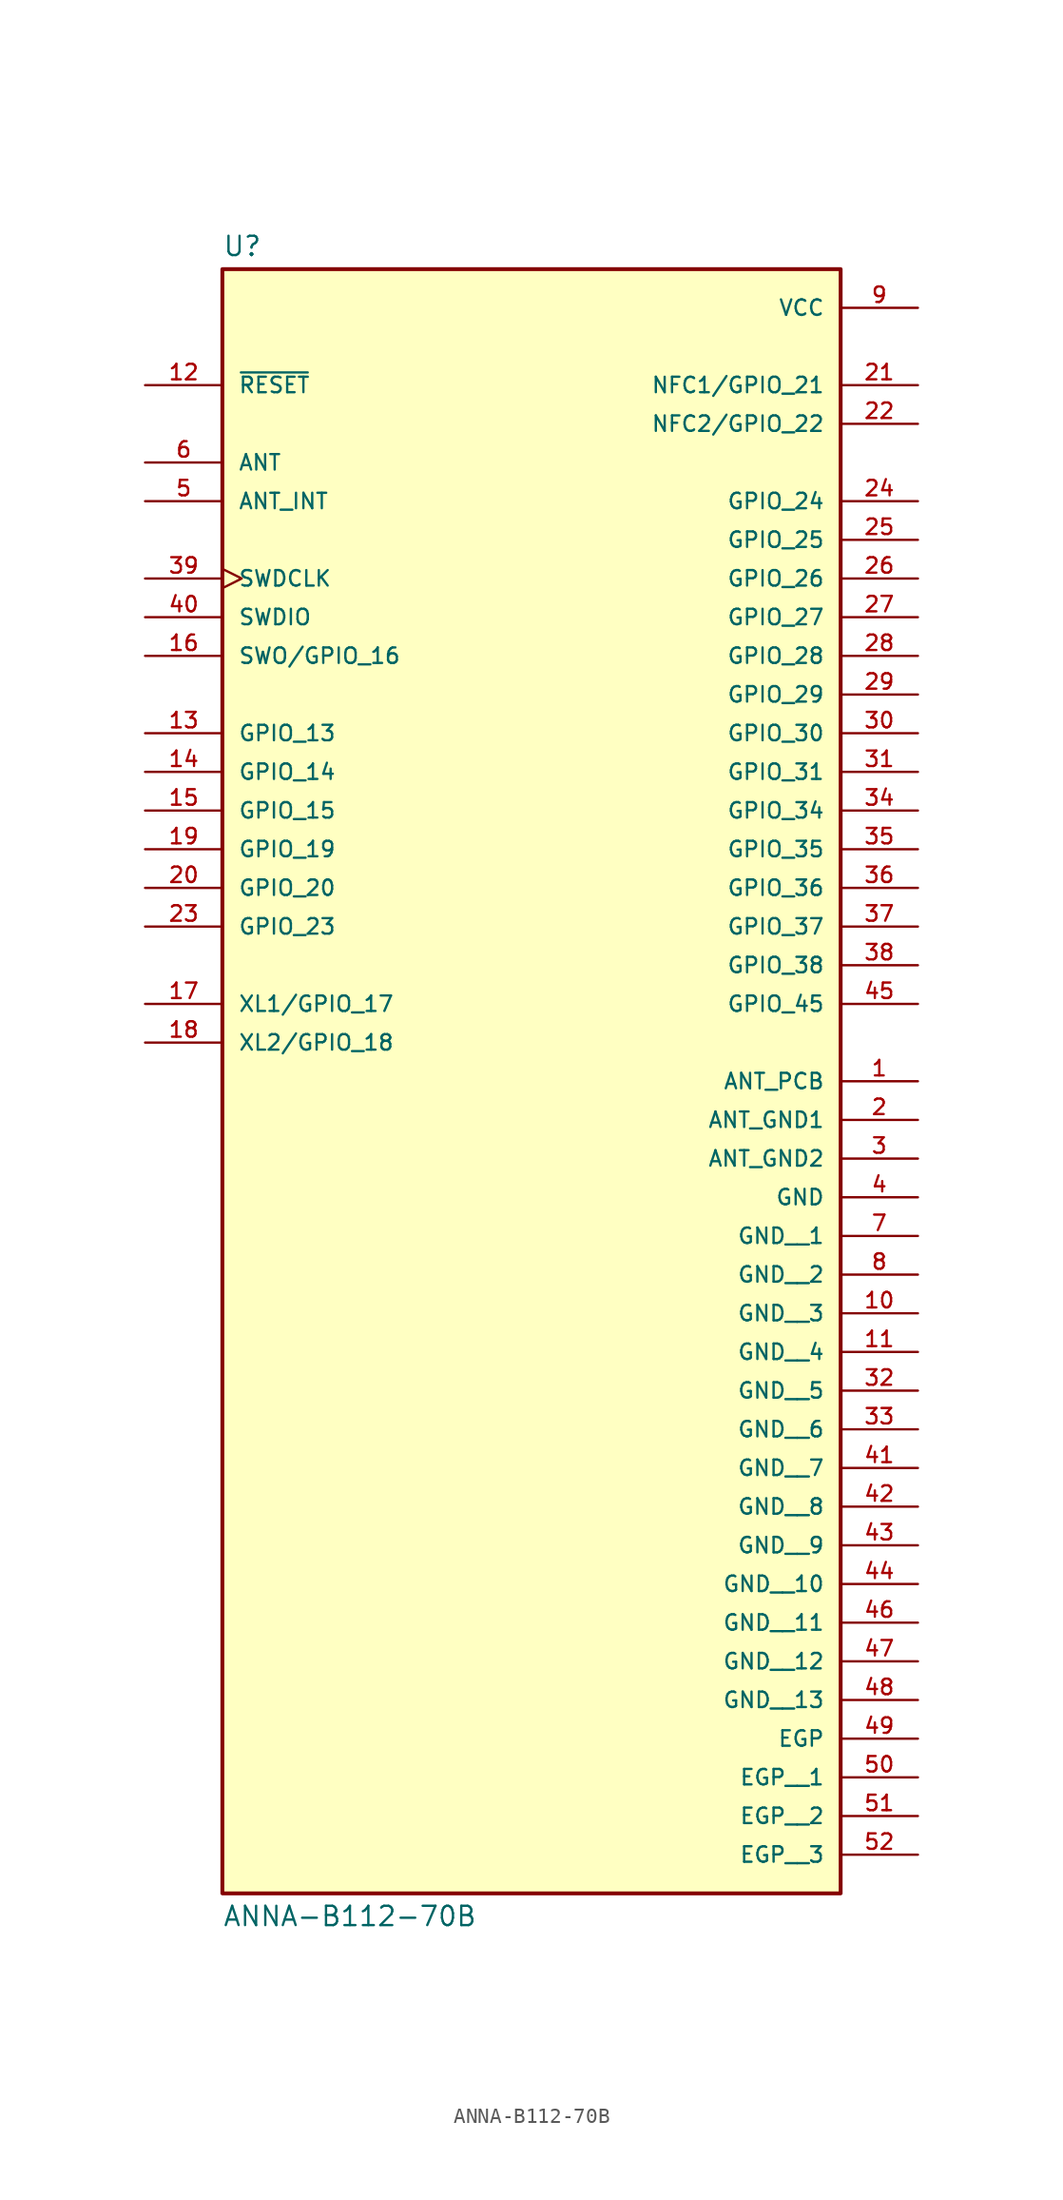
<source format=kicad_sym>
(kicad_symbol_lib
  (version 20211014)
  (generator kicad_symbol_editor)
  (symbol "ANNA-B112-70B"
    (pin_names
      (offset 1.016))
    (property "Reference" "U"
      (at -20.32 33.782 0)
      (effects (font (size 1.27 1.27)) (justify bottom left)))
    (property "Value" "ANNA-B112-70B"
      (at -20.32 -74.422 0)
      (effects (font (size 1.27 1.27)) (justify top left)))
    (symbol "ANNA-B112-70B_0_0"
      (rectangle (start -20.32 -73.66) (end 20.32 33.02) (stroke (width 0.254)) (fill (type background)))
      (pin passive line (at 25.4 -20.32 180.0) (length 5.08) (name "ANT_PCB" (effects (font (size 1.016 1.016)))) (number "1" (effects (font (size 1.016 1.016)))))
      (pin power_in line (at 25.4 -27.94 180.0) (length 5.08) (name "GND" (effects (font (size 1.016 1.016)))) (number "4" (effects (font (size 1.016 1.016)))))
      (pin power_in line (at 25.4 -25.4 180.0) (length 5.08) (name "ANT_GND2" (effects (font (size 1.016 1.016)))) (number "3" (effects (font (size 1.016 1.016)))))
      (pin power_in line (at 25.4 -22.86 180.0) (length 5.08) (name "ANT_GND1" (effects (font (size 1.016 1.016)))) (number "2" (effects (font (size 1.016 1.016)))))
      (pin bidirectional line (at -25.4 17.78 0) (length 5.08) (name "ANT_INT" (effects (font (size 1.016 1.016)))) (number "5" (effects (font (size 1.016 1.016)))))
      (pin bidirectional line (at -25.4 20.32 0) (length 5.08) (name "ANT" (effects (font (size 1.016 1.016)))) (number "6" (effects (font (size 1.016 1.016)))))
      (pin power_in line (at 25.4 30.48 180.0) (length 5.08) (name "VCC" (effects (font (size 1.016 1.016)))) (number "9" (effects (font (size 1.016 1.016)))))
      (pin input line (at -25.4 25.4 0) (length 5.08) (name "~{RESET}" (effects (font (size 1.016 1.016)))) (number "12" (effects (font (size 1.016 1.016)))))
      (pin bidirectional line (at -25.4 2.54 0) (length 5.08) (name "GPIO_13" (effects (font (size 1.016 1.016)))) (number "13" (effects (font (size 1.016 1.016)))))
      (pin bidirectional line (at -25.4 0.0 0) (length 5.08) (name "GPIO_14" (effects (font (size 1.016 1.016)))) (number "14" (effects (font (size 1.016 1.016)))))
      (pin bidirectional line (at -25.4 -2.54 0) (length 5.08) (name "GPIO_15" (effects (font (size 1.016 1.016)))) (number "15" (effects (font (size 1.016 1.016)))))
      (pin bidirectional line (at -25.4 7.62 0) (length 5.08) (name "SWO/GPIO_16" (effects (font (size 1.016 1.016)))) (number "16" (effects (font (size 1.016 1.016)))))
      (pin bidirectional line (at -25.4 -15.24 0) (length 5.08) (name "XL1/GPIO_17" (effects (font (size 1.016 1.016)))) (number "17" (effects (font (size 1.016 1.016)))))
      (pin bidirectional line (at -25.4 -17.78 0) (length 5.08) (name "XL2/GPIO_18" (effects (font (size 1.016 1.016)))) (number "18" (effects (font (size 1.016 1.016)))))
      (pin bidirectional line (at -25.4 -5.08 0) (length 5.08) (name "GPIO_19" (effects (font (size 1.016 1.016)))) (number "19" (effects (font (size 1.016 1.016)))))
      (pin bidirectional line (at -25.4 -7.62 0) (length 5.08) (name "GPIO_20" (effects (font (size 1.016 1.016)))) (number "20" (effects (font (size 1.016 1.016)))))
      (pin bidirectional line (at 25.4 25.4 180.0) (length 5.08) (name "NFC1/GPIO_21" (effects (font (size 1.016 1.016)))) (number "21" (effects (font (size 1.016 1.016)))))
      (pin bidirectional line (at 25.4 22.86 180.0) (length 5.08) (name "NFC2/GPIO_22" (effects (font (size 1.016 1.016)))) (number "22" (effects (font (size 1.016 1.016)))))
      (pin bidirectional line (at -25.4 -10.16 0) (length 5.08) (name "GPIO_23" (effects (font (size 1.016 1.016)))) (number "23" (effects (font (size 1.016 1.016)))))
      (pin bidirectional line (at 25.4 17.78 180.0) (length 5.08) (name "GPIO_24" (effects (font (size 1.016 1.016)))) (number "24" (effects (font (size 1.016 1.016)))))
      (pin bidirectional line (at 25.4 15.24 180.0) (length 5.08) (name "GPIO_25" (effects (font (size 1.016 1.016)))) (number "25" (effects (font (size 1.016 1.016)))))
      (pin bidirectional line (at 25.4 12.7 180.0) (length 5.08) (name "GPIO_26" (effects (font (size 1.016 1.016)))) (number "26" (effects (font (size 1.016 1.016)))))
      (pin bidirectional line (at 25.4 10.16 180.0) (length 5.08) (name "GPIO_27" (effects (font (size 1.016 1.016)))) (number "27" (effects (font (size 1.016 1.016)))))
      (pin bidirectional line (at 25.4 7.62 180.0) (length 5.08) (name "GPIO_28" (effects (font (size 1.016 1.016)))) (number "28" (effects (font (size 1.016 1.016)))))
      (pin bidirectional line (at 25.4 5.08 180.0) (length 5.08) (name "GPIO_29" (effects (font (size 1.016 1.016)))) (number "29" (effects (font (size 1.016 1.016)))))
      (pin bidirectional line (at 25.4 2.54 180.0) (length 5.08) (name "GPIO_30" (effects (font (size 1.016 1.016)))) (number "30" (effects (font (size 1.016 1.016)))))
      (pin bidirectional line (at 25.4 0.0 180.0) (length 5.08) (name "GPIO_31" (effects (font (size 1.016 1.016)))) (number "31" (effects (font (size 1.016 1.016)))))
      (pin bidirectional line (at 25.4 -2.54 180.0) (length 5.08) (name "GPIO_34" (effects (font (size 1.016 1.016)))) (number "34" (effects (font (size 1.016 1.016)))))
      (pin bidirectional line (at 25.4 -5.08 180.0) (length 5.08) (name "GPIO_35" (effects (font (size 1.016 1.016)))) (number "35" (effects (font (size 1.016 1.016)))))
      (pin bidirectional line (at 25.4 -7.62 180.0) (length 5.08) (name "GPIO_36" (effects (font (size 1.016 1.016)))) (number "36" (effects (font (size 1.016 1.016)))))
      (pin bidirectional line (at 25.4 -10.16 180.0) (length 5.08) (name "GPIO_37" (effects (font (size 1.016 1.016)))) (number "37" (effects (font (size 1.016 1.016)))))
      (pin bidirectional line (at 25.4 -12.7 180.0) (length 5.08) (name "GPIO_38" (effects (font (size 1.016 1.016)))) (number "38" (effects (font (size 1.016 1.016)))))
      (pin input clock (at -25.4 12.7 0) (length 5.08) (name "SWDCLK" (effects (font (size 1.016 1.016)))) (number "39" (effects (font (size 1.016 1.016)))))
      (pin bidirectional line (at -25.4 10.16 0) (length 5.08) (name "SWDIO" (effects (font (size 1.016 1.016)))) (number "40" (effects (font (size 1.016 1.016)))))
      (pin bidirectional line (at 25.4 -15.24 180.0) (length 5.08) (name "GPIO_45" (effects (font (size 1.016 1.016)))) (number "45" (effects (font (size 1.016 1.016)))))
      (pin power_in line (at 25.4 -63.5 180.0) (length 5.08) (name "EGP" (effects (font (size 1.016 1.016)))) (number "49" (effects (font (size 1.016 1.016)))))
      (pin power_in line (at 25.4 -30.48 180.0) (length 5.08) (name "GND__1" (effects (font (size 1.016 1.016)))) (number "7" (effects (font (size 1.016 1.016)))))
      (pin power_in line (at 25.4 -33.02 180.0) (length 5.08) (name "GND__2" (effects (font (size 1.016 1.016)))) (number "8" (effects (font (size 1.016 1.016)))))
      (pin power_in line (at 25.4 -35.56 180.0) (length 5.08) (name "GND__3" (effects (font (size 1.016 1.016)))) (number "10" (effects (font (size 1.016 1.016)))))
      (pin power_in line (at 25.4 -38.1 180.0) (length 5.08) (name "GND__4" (effects (font (size 1.016 1.016)))) (number "11" (effects (font (size 1.016 1.016)))))
      (pin power_in line (at 25.4 -40.64 180.0) (length 5.08) (name "GND__5" (effects (font (size 1.016 1.016)))) (number "32" (effects (font (size 1.016 1.016)))))
      (pin power_in line (at 25.4 -43.18 180.0) (length 5.08) (name "GND__6" (effects (font (size 1.016 1.016)))) (number "33" (effects (font (size 1.016 1.016)))))
      (pin power_in line (at 25.4 -45.72 180.0) (length 5.08) (name "GND__7" (effects (font (size 1.016 1.016)))) (number "41" (effects (font (size 1.016 1.016)))))
      (pin power_in line (at 25.4 -48.26 180.0) (length 5.08) (name "GND__8" (effects (font (size 1.016 1.016)))) (number "42" (effects (font (size 1.016 1.016)))))
      (pin power_in line (at 25.4 -50.8 180.0) (length 5.08) (name "GND__9" (effects (font (size 1.016 1.016)))) (number "43" (effects (font (size 1.016 1.016)))))
      (pin power_in line (at 25.4 -53.34 180.0) (length 5.08) (name "GND__10" (effects (font (size 1.016 1.016)))) (number "44" (effects (font (size 1.016 1.016)))))
      (pin power_in line (at 25.4 -55.88 180.0) (length 5.08) (name "GND__11" (effects (font (size 1.016 1.016)))) (number "46" (effects (font (size 1.016 1.016)))))
      (pin power_in line (at 25.4 -58.42 180.0) (length 5.08) (name "GND__12" (effects (font (size 1.016 1.016)))) (number "47" (effects (font (size 1.016 1.016)))))
      (pin power_in line (at 25.4 -60.96 180.0) (length 5.08) (name "GND__13" (effects (font (size 1.016 1.016)))) (number "48" (effects (font (size 1.016 1.016)))))
      (pin power_in line (at 25.4 -66.04 180.0) (length 5.08) (name "EGP__1" (effects (font (size 1.016 1.016)))) (number "50" (effects (font (size 1.016 1.016)))))
      (pin power_in line (at 25.4 -68.58 180.0) (length 5.08) (name "EGP__2" (effects (font (size 1.016 1.016)))) (number "51" (effects (font (size 1.016 1.016)))))
      (pin power_in line (at 25.4 -71.12 180.0) (length 5.08) (name "EGP__3" (effects (font (size 1.016 1.016)))) (number "52" (effects (font (size 1.016 1.016))))))))
</source>
